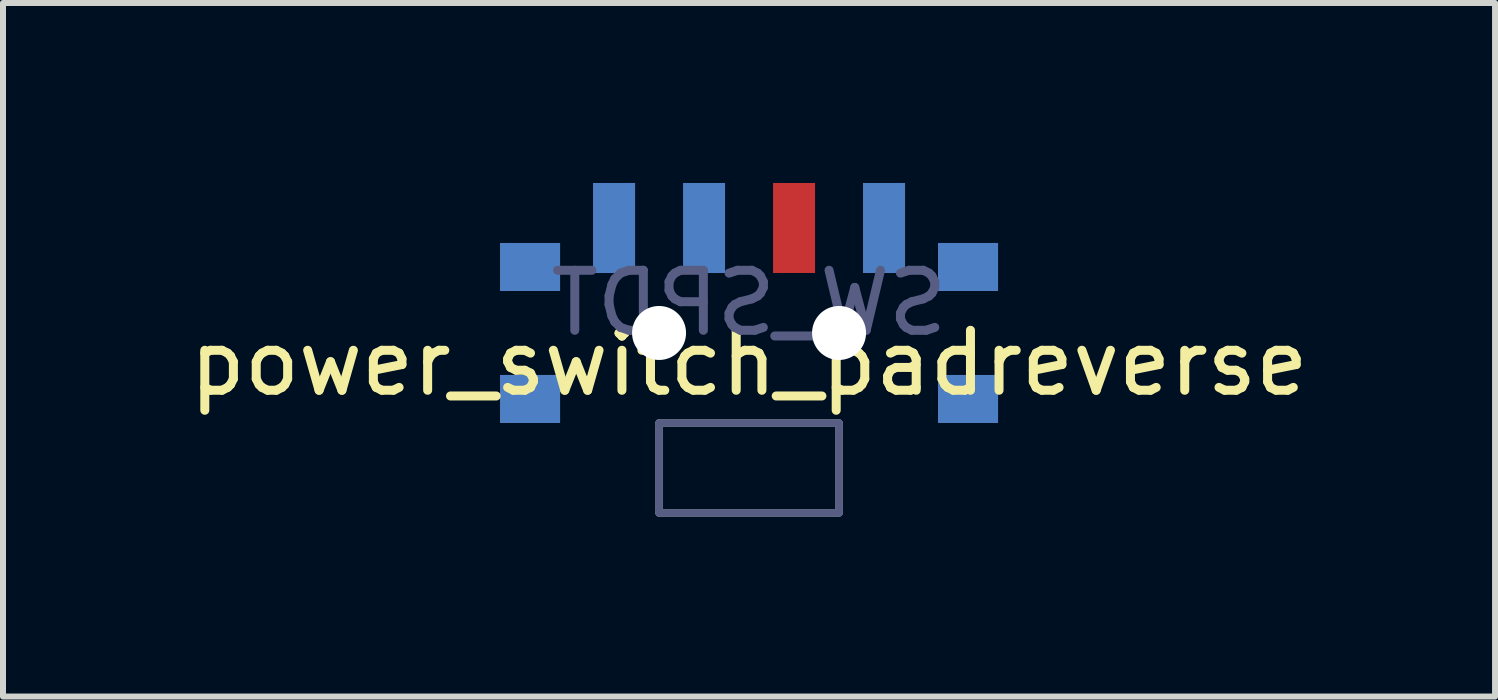
<source format=kicad_pcb>
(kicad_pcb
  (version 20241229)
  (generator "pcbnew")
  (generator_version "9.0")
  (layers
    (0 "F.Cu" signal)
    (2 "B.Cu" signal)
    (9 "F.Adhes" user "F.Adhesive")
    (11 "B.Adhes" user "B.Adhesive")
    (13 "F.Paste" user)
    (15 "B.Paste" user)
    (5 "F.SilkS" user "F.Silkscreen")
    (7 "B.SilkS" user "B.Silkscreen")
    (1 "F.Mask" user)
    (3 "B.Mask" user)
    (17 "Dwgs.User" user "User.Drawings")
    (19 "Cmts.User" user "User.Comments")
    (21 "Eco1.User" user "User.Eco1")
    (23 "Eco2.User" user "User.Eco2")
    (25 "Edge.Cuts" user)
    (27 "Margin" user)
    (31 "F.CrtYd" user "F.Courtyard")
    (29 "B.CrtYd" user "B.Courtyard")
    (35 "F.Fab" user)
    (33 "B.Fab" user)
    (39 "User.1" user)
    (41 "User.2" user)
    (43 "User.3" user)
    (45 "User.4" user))
  (footprint "power_switch_padreverse"
    (layer "F.Cu")
    (at 9.435 2.5)
    (property "Reference" "power_switch_padreverse" (at 0 0.5 180) (layer "F.SilkS") (effects (font (size 1 1) (thickness 0.15))))
    (fp_poly (pts (xy -4.1 -0.75) (xy -4.1 -1.45) (xy -3.2 -1.45) (xy -3.2 -0.75)) (stroke (width 0.1) (type solid)) (fill yes) (layer "F.Mask"))
    (fp_poly (pts (xy -4.1 1.45) (xy -4.1 0.75) (xy -3.2 0.75) (xy -3.2 1.45)) (stroke (width 0.1) (type solid)) (fill yes) (layer "F.Mask"))
    (fp_poly (pts (xy -2.55 -1.05) (xy -2.55 -2.45) (xy -1.95 -2.45) (xy -1.95 -1.05)) (stroke (width 0.1) (type solid)) (fill yes) (layer "F.Mask"))
    (fp_poly (pts (xy 0.45 -1.05) (xy 0.45 -2.45) (xy 1.05 -2.45) (xy 1.05 -1.05)) (stroke (width 0.1) (type solid)) (fill yes) (layer "F.Mask"))
    (fp_poly (pts (xy 1.95 -1.05) (xy 1.95 -2.45) (xy 2.55 -2.45) (xy 2.55 -1.05)) (stroke (width 0.1) (type solid)) (fill yes) (layer "F.Mask"))
    (fp_poly (pts (xy 3.2 -0.75) (xy 3.2 -1.45) (xy 4.1 -1.45) (xy 4.1 -0.75)) (stroke (width 0.1) (type solid)) (fill yes) (layer "F.Mask"))
    (fp_poly (pts (xy 3.2 1.45) (xy 3.2 0.75) (xy 4.1 0.75) (xy 4.1 1.45)) (stroke (width 0.1) (type solid)) (fill yes) (layer "F.Mask"))
    (fp_poly (pts (xy -3.2 -0.75) (xy -3.2 -1.45) (xy -4.1 -1.45) (xy -4.1 -0.75)) (stroke (width 0.1) (type solid)) (fill yes) (layer "B.Mask"))
    (fp_poly (pts (xy -3.2 1.45) (xy -3.2 0.75) (xy -4.1 0.75) (xy -4.1 1.45)) (stroke (width 0.1) (type solid)) (fill yes) (layer "B.Mask"))
    (fp_poly (pts (xy -1.95 -1.05) (xy -1.95 -2.45) (xy -2.55 -2.45) (xy -2.55 -1.05)) (stroke (width 0.1) (type solid)) (fill yes) (layer "B.Mask"))
    (fp_poly (pts (xy -0.45 -1.05) (xy -0.45 -2.45) (xy -1.05 -2.45) (xy -1.05 -1.05)) (stroke (width 0.1) (type solid)) (fill yes) (layer "B.Mask"))
    (fp_poly (pts (xy 2.55 -1.05) (xy 2.55 -2.45) (xy 1.95 -2.45) (xy 1.95 -1.05)) (stroke (width 0.1) (type solid)) (fill yes) (layer "B.Mask"))
    (fp_poly (pts (xy 4.1 -0.75) (xy 4.1 -1.45) (xy 3.2 -1.45) (xy 3.2 -0.75)) (stroke (width 0.1) (type solid)) (fill yes) (layer "B.Mask"))
    (fp_poly (pts (xy 4.1 1.45) (xy 4.1 0.75) (xy 3.2 0.75) (xy 3.2 1.45)) (stroke (width 0.1) (type solid)) (fill yes) (layer "B.Mask"))
    (fp_line (start -1.5 1.5) (end 1.5 1.5) (stroke (width 0.12) (type solid)) (layer "B.Fab"))
    (fp_line (start -1.5 3) (end -1.5 1.5) (stroke (width 0.12) (type solid)) (layer "B.Fab"))
    (fp_line (start 1.5 1.5) (end 1.5 3) (stroke (width 0.12) (type solid)) (layer "B.Fab"))
    (fp_line (start 1.5 3) (end -1.5 3) (stroke (width 0.12) (type solid)) (layer "B.Fab"))
    (fp_line (start -1.5 1.5) (end -1.5 3) (stroke (width 0.12) (type solid)) (layer "F.Fab"))
    (fp_line (start -1.5 3) (end 1.5 3) (stroke (width 0.12) (type solid)) (layer "F.Fab"))
    (fp_line (start 1.5 1.5) (end -1.5 1.5) (stroke (width 0.12) (type solid)) (layer "F.Fab"))
    (fp_line (start 1.5 3) (end 1.5 1.5) (stroke (width 0.12) (type solid)) (layer "F.Fab"))
    (fp_text user "SW_SPDT" (at 0 -0.5 180) (layer "B.Fab") (effects (font (size 1 1) (thickness 0.15)) (justify mirror)))
    (pad "" smd rect (at -3.65 -1.1) (size 1 0.8) (layers "F.Cu"))
    (pad "" smd rect (at -3.65 -1.1 180) (size 1 0.8) (layers "B.Cu"))
    (pad "" smd rect (at -3.65 1.1) (size 1 0.8) (layers "F.Cu"))
    (pad "" smd rect (at -3.65 1.1 180) (size 1 0.8) (layers "B.Cu"))
    (pad "" np_thru_hole circle (at -1.5 0 180) (size 0.9 0.9) (drill 0.9) (layers "*.Cu" "*.Mask"))
    (pad "" np_thru_hole circle (at 1.5 0 180) (size 0.9 0.9) (drill 0.9) (layers "*.Cu" "*.Mask"))
    (pad "" smd rect (at 3.65 -1.1) (size 1 0.8) (layers "F.Cu"))
    (pad "" smd rect (at 3.65 -1.1 180) (size 1 0.8) (layers "B.Cu"))
    (pad "" smd rect (at 3.65 1.1) (size 1 0.8) (layers "F.Cu"))
    (pad "" smd rect (at 3.65 1.1 180) (size 1 0.8) (layers "B.Cu"))
    (pad "1" smd rect (at -2.25 -1.75) (size 0.7 1.5) (layers "F.Cu"))
    (pad "1" smd rect (at -2.25 -1.75 180) (size 0.7 1.5) (layers "B.Cu"))
    (pad "2" smd rect (at -0.75 -1.75 180) (size 0.7 1.5) (layers "B.Cu"))
    (pad "2" smd rect (at 0.75 -1.75) (size 0.7 1.5) (layers "F.Cu"))
    (pad "3" smd rect (at 2.25 -1.75) (size 0.7 1.5) (layers "F.Cu"))
    (pad "3" smd rect (at 2.25 -1.75 180) (size 0.7 1.5) (layers "B.Cu")))
  (gr_rect
    (start -3 -3)
    (end 21.869 8.56)
    (stroke (width 0.1) (type default))
    (fill no)
    (layer "Edge.Cuts")))
</source>
